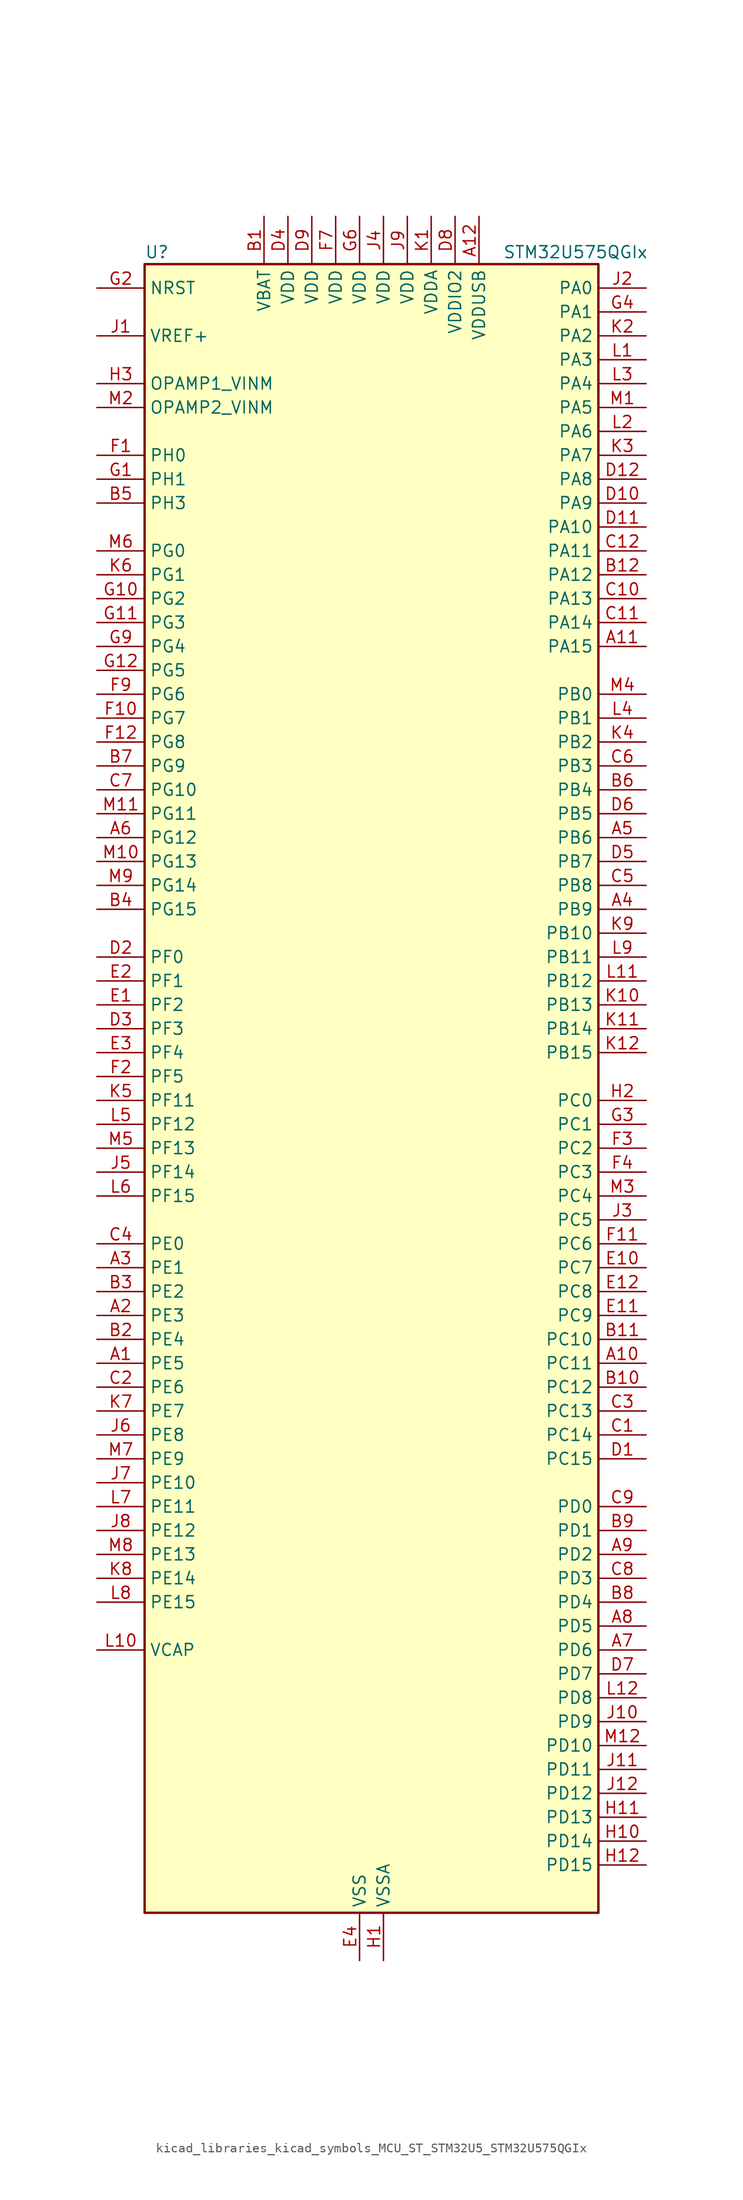
<source format=kicad_sym>
(kicad_symbol_lib
  (version 20220914)
  (generator kicad_symbol_editor)
  (symbol "kicad_libraries_kicad_symbols_MCU_ST_STM32U5_STM32U575QGIx"
    (property "Reference" "U"
      (at -22.86 90.17 0)
      (effects (font (size 1.27 1.27)) (justify left)))
    (property "Value" "STM32U575QGIx"
      (at 15.24 90.17 0)
      (effects (font (size 1.27 1.27)) (justify left)))
    (property "ki_locked" ""
      (at 0 0 0)
      (effects (font (size 1.27 1.27))))
    (symbol "kicad_libraries_kicad_symbols_MCU_ST_STM32U5_STM32U575QGIx_0_1"
      (rectangle (start -22.86 -86.36) (end 25.4 88.9) (stroke (width 0.254) (type default)) (fill (type background))))
    (symbol "kicad_libraries_kicad_symbols_MCU_ST_STM32U5_STM32U575QGIx_1_1"
      (pin bidirectional line (at -27.94 -27.94 0) (length 5.08) (name "PE5" (effects (font (size 1.27 1.27)))) (number "A1" (effects (font (size 1.27 1.27)))) (alternate "DCMI_D6" bidirectional line) (alternate "DEBUG_TRACED2" bidirectional line) (alternate "FMC_A21" bidirectional line) (alternate "MDF1_CKI3" bidirectional line) (alternate "PSSI_D6" bidirectional line) (alternate "PWR_WKUP2" bidirectional line) (alternate "SAI1_CK2" bidirectional line) (alternate "SAI1_SCK_A" bidirectional line) (alternate "TAMP_IN8" bidirectional line) (alternate "TAMP_OUT7" bidirectional line) (alternate "TIM3_CH3" bidirectional line) (alternate "TSC_G7_IO4" bidirectional line))
      (pin bidirectional line (at 30.48 -27.94 180) (length 5.08) (name "PC11" (effects (font (size 1.27 1.27)))) (number "A10" (effects (font (size 1.27 1.27)))) (alternate "ADC1_EXTI11" bidirectional line) (alternate "ADF1_SDI0" bidirectional line) (alternate "DCMI_D2" bidirectional line) (alternate "DCMI_D4" bidirectional line) (alternate "LPTIM3_IN1" bidirectional line) (alternate "OCTOSPIM_P1_NCS" bidirectional line) (alternate "PSSI_D2" bidirectional line) (alternate "PSSI_D4" bidirectional line) (alternate "SAI2_MCLK_B" bidirectional line) (alternate "SDMMC1_D3" bidirectional line) (alternate "SPI3_MISO" bidirectional line) (alternate "TSC_G3_IO3" bidirectional line) (alternate "UART4_RX" bidirectional line) (alternate "UCPD1_FRSTX2" bidirectional line) (alternate "USART3_RX" bidirectional line))
      (pin bidirectional line (at 30.48 48.26 180) (length 5.08) (name "PA15" (effects (font (size 1.27 1.27)))) (number "A11" (effects (font (size 1.27 1.27)))) (alternate "ADC1_EXTI15" bidirectional line) (alternate "ADC4_EXTI15" bidirectional line) (alternate "DEBUG_JTDI" bidirectional line) (alternate "SAI2_FS_B" bidirectional line) (alternate "SPI1_NSS" bidirectional line) (alternate "SPI3_NSS" bidirectional line) (alternate "TIM2_CH1" bidirectional line) (alternate "TIM2_ETR" bidirectional line) (alternate "UART4_DE" bidirectional line) (alternate "UART4_RTS" bidirectional line) (alternate "UCPD1_CC1" bidirectional line) (alternate "USART2_RX" bidirectional line) (alternate "USART3_DE" bidirectional line) (alternate "USART3_RTS" bidirectional line))
      (pin power_in line (at 12.7 93.98 270) (length 5.08) (name "VDDUSB" (effects (font (size 1.27 1.27)))) (number "A12" (effects (font (size 1.27 1.27)))))
      (pin bidirectional line (at -27.94 -22.86 0) (length 5.08) (name "PE3" (effects (font (size 1.27 1.27)))) (number "A2" (effects (font (size 1.27 1.27)))) (alternate "DEBUG_TRACED0" bidirectional line) (alternate "FMC_A19" bidirectional line) (alternate "OCTOSPIM_P1_DQS" bidirectional line) (alternate "SAI1_SD_B" bidirectional line) (alternate "TAMP_IN6" bidirectional line) (alternate "TAMP_OUT3" bidirectional line) (alternate "TIM3_CH1" bidirectional line) (alternate "TSC_G7_IO2" bidirectional line))
      (pin bidirectional line (at -27.94 -17.78 0) (length 5.08) (name "PE1" (effects (font (size 1.27 1.27)))) (number "A3" (effects (font (size 1.27 1.27)))) (alternate "DCMI_D3" bidirectional line) (alternate "FMC_NBL1" bidirectional line) (alternate "PSSI_D3" bidirectional line) (alternate "TIM17_CH1" bidirectional line))
      (pin bidirectional line (at 30.48 20.32 180) (length 5.08) (name "PB9" (effects (font (size 1.27 1.27)))) (number "A4" (effects (font (size 1.27 1.27)))) (alternate "DAC1_EXTI9" bidirectional line) (alternate "DCMI_D7" bidirectional line) (alternate "FDCAN1_TX" bidirectional line) (alternate "I2C1_SDA" bidirectional line) (alternate "IR_OUT" bidirectional line) (alternate "PSSI_D7" bidirectional line) (alternate "SAI1_D2" bidirectional line) (alternate "SAI1_FS_A" bidirectional line) (alternate "SDMMC1_CDIR" bidirectional line) (alternate "SDMMC1_D5" bidirectional line) (alternate "SDMMC2_D5" bidirectional line) (alternate "SPI2_NSS" bidirectional line) (alternate "TIM17_CH1" bidirectional line) (alternate "TIM4_CH4" bidirectional line))
      (pin bidirectional line (at 30.48 27.94 180) (length 5.08) (name "PB6" (effects (font (size 1.27 1.27)))) (number "A5" (effects (font (size 1.27 1.27)))) (alternate "COMP2_INP" bidirectional line) (alternate "DCMI_D5" bidirectional line) (alternate "I2C1_SCL" bidirectional line) (alternate "I2C4_SCL" bidirectional line) (alternate "LPTIM1_ETR" bidirectional line) (alternate "MDF1_SDI5" bidirectional line) (alternate "PSSI_D5" bidirectional line) (alternate "PWR_WKUP3" bidirectional line) (alternate "SAI1_FS_B" bidirectional line) (alternate "TIM16_CH1N" bidirectional line) (alternate "TIM4_CH1" bidirectional line) (alternate "TIM8_BKIN2" bidirectional line) (alternate "TSC_G2_IO3" bidirectional line) (alternate "USART1_TX" bidirectional line))
      (pin bidirectional line (at -27.94 27.94 0) (length 5.08) (name "PG12" (effects (font (size 1.27 1.27)))) (number "A6" (effects (font (size 1.27 1.27)))) (alternate "FMC_NE4" bidirectional line) (alternate "LPTIM1_ETR" bidirectional line) (alternate "OCTOSPIM_P2_NCS" bidirectional line) (alternate "SAI2_SD_A" bidirectional line) (alternate "SPI3_NSS" bidirectional line) (alternate "USART1_DE" bidirectional line) (alternate "USART1_RTS" bidirectional line))
      (pin bidirectional line (at 30.48 -58.42 180) (length 5.08) (name "PD6" (effects (font (size 1.27 1.27)))) (number "A7" (effects (font (size 1.27 1.27)))) (alternate "DCMI_D10" bidirectional line) (alternate "FMC_NWAIT" bidirectional line) (alternate "MDF1_SDI1" bidirectional line) (alternate "OCTOSPIM_P1_IO6" bidirectional line) (alternate "PSSI_D10" bidirectional line) (alternate "SAI1_D1" bidirectional line) (alternate "SAI1_SD_A" bidirectional line) (alternate "SDMMC2_CK" bidirectional line) (alternate "SPI3_MOSI" bidirectional line) (alternate "USART2_RX" bidirectional line))
      (pin bidirectional line (at 30.48 -55.88 180) (length 5.08) (name "PD5" (effects (font (size 1.27 1.27)))) (number "A8" (effects (font (size 1.27 1.27)))) (alternate "FMC_NWE" bidirectional line) (alternate "OCTOSPIM_P1_IO5" bidirectional line) (alternate "SPI2_RDY" bidirectional line) (alternate "USART2_TX" bidirectional line))
      (pin bidirectional line (at 30.48 -48.26 180) (length 5.08) (name "PD2" (effects (font (size 1.27 1.27)))) (number "A9" (effects (font (size 1.27 1.27)))) (alternate "DCMI_D11" bidirectional line) (alternate "DEBUG_TRACED2" bidirectional line) (alternate "LPTIM4_ETR" bidirectional line) (alternate "PSSI_D11" bidirectional line) (alternate "SDMMC1_CMD" bidirectional line) (alternate "TIM3_ETR" bidirectional line) (alternate "TSC_SYNC" bidirectional line) (alternate "UART5_RX" bidirectional line) (alternate "USART3_DE" bidirectional line) (alternate "USART3_RTS" bidirectional line))
      (pin power_in line (at -10.16 93.98 270) (length 5.08) (name "VBAT" (effects (font (size 1.27 1.27)))) (number "B1" (effects (font (size 1.27 1.27)))))
      (pin bidirectional line (at 30.48 -30.48 180) (length 5.08) (name "PC12" (effects (font (size 1.27 1.27)))) (number "B10" (effects (font (size 1.27 1.27)))) (alternate "DCMI_D9" bidirectional line) (alternate "DEBUG_TRACED3" bidirectional line) (alternate "PSSI_D9" bidirectional line) (alternate "SAI2_SD_B" bidirectional line) (alternate "SDMMC1_CK" bidirectional line) (alternate "SPI3_MOSI" bidirectional line) (alternate "TSC_G3_IO4" bidirectional line) (alternate "UART5_TX" bidirectional line) (alternate "USART3_CK" bidirectional line))
      (pin bidirectional line (at 30.48 -25.4 180) (length 5.08) (name "PC10" (effects (font (size 1.27 1.27)))) (number "B11" (effects (font (size 1.27 1.27)))) (alternate "ADF1_CCK1" bidirectional line) (alternate "DCMI_D8" bidirectional line) (alternate "DEBUG_TRACED1" bidirectional line) (alternate "LPTIM3_ETR" bidirectional line) (alternate "PSSI_D8" bidirectional line) (alternate "SAI2_SCK_B" bidirectional line) (alternate "SDMMC1_D2" bidirectional line) (alternate "SPI3_SCK" bidirectional line) (alternate "TSC_G3_IO2" bidirectional line) (alternate "UART4_TX" bidirectional line) (alternate "USART3_TX" bidirectional line))
      (pin bidirectional line (at 30.48 55.88 180) (length 5.08) (name "PA12" (effects (font (size 1.27 1.27)))) (number "B12" (effects (font (size 1.27 1.27)))) (alternate "FDCAN1_TX" bidirectional line) (alternate "OCTOSPIM_P2_NCS" bidirectional line) (alternate "SPI1_MOSI" bidirectional line) (alternate "TIM1_ETR" bidirectional line) (alternate "USART1_DE" bidirectional line) (alternate "USART1_RTS" bidirectional line) (alternate "USB_OTG_FS_DP" bidirectional line))
      (pin bidirectional line (at -27.94 -25.4 0) (length 5.08) (name "PE4" (effects (font (size 1.27 1.27)))) (number "B2" (effects (font (size 1.27 1.27)))) (alternate "DCMI_D4" bidirectional line) (alternate "DEBUG_TRACED1" bidirectional line) (alternate "FMC_A20" bidirectional line) (alternate "MDF1_SDI3" bidirectional line) (alternate "PSSI_D4" bidirectional line) (alternate "PWR_WKUP1" bidirectional line) (alternate "SAI1_D2" bidirectional line) (alternate "SAI1_FS_A" bidirectional line) (alternate "TAMP_IN7" bidirectional line) (alternate "TAMP_OUT8" bidirectional line) (alternate "TIM3_CH2" bidirectional line) (alternate "TSC_G7_IO3" bidirectional line))
      (pin bidirectional line (at -27.94 -20.32 0) (length 5.08) (name "PE2" (effects (font (size 1.27 1.27)))) (number "B3" (effects (font (size 1.27 1.27)))) (alternate "DEBUG_TRACECLK" bidirectional line) (alternate "FMC_A23" bidirectional line) (alternate "SAI1_CK1" bidirectional line) (alternate "SAI1_MCLK_A" bidirectional line) (alternate "TIM3_ETR" bidirectional line) (alternate "TSC_G7_IO1" bidirectional line))
      (pin bidirectional line (at -27.94 20.32 0) (length 5.08) (name "PG15" (effects (font (size 1.27 1.27)))) (number "B4" (effects (font (size 1.27 1.27)))) (alternate "ADC1_EXTI15" bidirectional line) (alternate "ADC4_EXTI15" bidirectional line) (alternate "DCMI_D13" bidirectional line) (alternate "I2C1_SMBA" bidirectional line) (alternate "LPTIM1_CH1" bidirectional line) (alternate "OCTOSPIM_P2_DQS" bidirectional line) (alternate "PSSI_D13" bidirectional line))
      (pin bidirectional line (at -27.94 63.5 0) (length 5.08) (name "PH3" (effects (font (size 1.27 1.27)))) (number "B5" (effects (font (size 1.27 1.27)))))
      (pin bidirectional line (at 30.48 33.02 180) (length 5.08) (name "PB4" (effects (font (size 1.27 1.27)))) (number "B6" (effects (font (size 1.27 1.27)))) (alternate "ADF1_SDI0" bidirectional line) (alternate "COMP2_INP" bidirectional line) (alternate "DCMI_D12" bidirectional line) (alternate "DEBUG_JTRST" bidirectional line) (alternate "I2C3_SDA" bidirectional line) (alternate "LPTIM1_CH2" bidirectional line) (alternate "PSSI_D12" bidirectional line) (alternate "SAI1_MCLK_B" bidirectional line) (alternate "SDMMC2_D3" bidirectional line) (alternate "SPI1_MISO" bidirectional line) (alternate "SPI3_MISO" bidirectional line) (alternate "TIM17_BKIN" bidirectional line) (alternate "TIM3_CH1" bidirectional line) (alternate "TSC_G2_IO1" bidirectional line) (alternate "UART5_DE" bidirectional line) (alternate "UART5_RTS" bidirectional line) (alternate "USART1_CTS" bidirectional line))
      (pin bidirectional line (at -27.94 35.56 0) (length 5.08) (name "PG9" (effects (font (size 1.27 1.27)))) (number "B7" (effects (font (size 1.27 1.27)))) (alternate "DAC1_EXTI9" bidirectional line) (alternate "FMC_NCE" bidirectional line) (alternate "FMC_NE2" bidirectional line) (alternate "OCTOSPIM_P2_IO6" bidirectional line) (alternate "SAI2_SCK_A" bidirectional line) (alternate "SPI3_SCK" bidirectional line) (alternate "TIM15_CH1N" bidirectional line) (alternate "USART1_TX" bidirectional line))
      (pin bidirectional line (at 30.48 -53.34 180) (length 5.08) (name "PD4" (effects (font (size 1.27 1.27)))) (number "B8" (effects (font (size 1.27 1.27)))) (alternate "FMC_NOE" bidirectional line) (alternate "MDF1_CKI0" bidirectional line) (alternate "OCTOSPIM_P1_IO4" bidirectional line) (alternate "SPI2_MOSI" bidirectional line) (alternate "USART2_DE" bidirectional line) (alternate "USART2_RTS" bidirectional line))
      (pin bidirectional line (at 30.48 -45.72 180) (length 5.08) (name "PD1" (effects (font (size 1.27 1.27)))) (number "B9" (effects (font (size 1.27 1.27)))) (alternate "FDCAN1_TX" bidirectional line) (alternate "FMC_D3" bidirectional line) (alternate "FMC_DA3" bidirectional line) (alternate "SPI2_SCK" bidirectional line))
      (pin bidirectional line (at 30.48 -35.56 180) (length 5.08) (name "PC14" (effects (font (size 1.27 1.27)))) (number "C1" (effects (font (size 1.27 1.27)))) (alternate "RCC_OSC32_IN" bidirectional line))
      (pin bidirectional line (at 30.48 53.34 180) (length 5.08) (name "PA13" (effects (font (size 1.27 1.27)))) (number "C10" (effects (font (size 1.27 1.27)))) (alternate "DEBUG_JTMS-SWDIO" bidirectional line) (alternate "IR_OUT" bidirectional line) (alternate "SAI1_SD_B" bidirectional line) (alternate "USB_OTG_FS_NOE" bidirectional line))
      (pin bidirectional line (at 30.48 50.8 180) (length 5.08) (name "PA14" (effects (font (size 1.27 1.27)))) (number "C11" (effects (font (size 1.27 1.27)))) (alternate "DEBUG_JTCK-SWCLK" bidirectional line) (alternate "I2C1_SMBA" bidirectional line) (alternate "I2C4_SMBA" bidirectional line) (alternate "LPTIM1_CH1" bidirectional line) (alternate "SAI1_FS_B" bidirectional line) (alternate "USB_OTG_FS_SOF" bidirectional line))
      (pin bidirectional line (at 30.48 58.42 180) (length 5.08) (name "PA11" (effects (font (size 1.27 1.27)))) (number "C12" (effects (font (size 1.27 1.27)))) (alternate "ADC1_EXTI11" bidirectional line) (alternate "FDCAN1_RX" bidirectional line) (alternate "SPI1_MISO" bidirectional line) (alternate "TIM1_BKIN2" bidirectional line) (alternate "TIM1_CH4" bidirectional line) (alternate "USART1_CTS" bidirectional line) (alternate "USB_OTG_FS_DM" bidirectional line))
      (pin bidirectional line (at -27.94 -30.48 0) (length 5.08) (name "PE6" (effects (font (size 1.27 1.27)))) (number "C2" (effects (font (size 1.27 1.27)))) (alternate "DCMI_D7" bidirectional line) (alternate "DEBUG_TRACED3" bidirectional line) (alternate "FMC_A22" bidirectional line) (alternate "PSSI_D7" bidirectional line) (alternate "PWR_WKUP3" bidirectional line) (alternate "SAI1_D1" bidirectional line) (alternate "SAI1_SD_A" bidirectional line) (alternate "TAMP_IN3" bidirectional line) (alternate "TAMP_OUT6" bidirectional line) (alternate "TIM3_CH4" bidirectional line))
      (pin bidirectional line (at 30.48 -33.02 180) (length 5.08) (name "PC13" (effects (font (size 1.27 1.27)))) (number "C3" (effects (font (size 1.27 1.27)))) (alternate "PWR_WKUP2" bidirectional line) (alternate "RTC_OUT1" bidirectional line) (alternate "RTC_TS" bidirectional line) (alternate "TAMP_IN1" bidirectional line) (alternate "TAMP_OUT2" bidirectional line))
      (pin bidirectional line (at -27.94 -15.24 0) (length 5.08) (name "PE0" (effects (font (size 1.27 1.27)))) (number "C4" (effects (font (size 1.27 1.27)))) (alternate "DCMI_D2" bidirectional line) (alternate "FMC_NBL0" bidirectional line) (alternate "PSSI_D2" bidirectional line) (alternate "TIM16_CH1" bidirectional line) (alternate "TIM4_ETR" bidirectional line))
      (pin bidirectional line (at 30.48 22.86 180) (length 5.08) (name "PB8" (effects (font (size 1.27 1.27)))) (number "C5" (effects (font (size 1.27 1.27)))) (alternate "DCMI_D6" bidirectional line) (alternate "FDCAN1_RX" bidirectional line) (alternate "I2C1_SCL" bidirectional line) (alternate "MDF1_CCK0" bidirectional line) (alternate "PSSI_D6" bidirectional line) (alternate "PWR_WKUP5" bidirectional line) (alternate "SAI1_CK1" bidirectional line) (alternate "SAI1_MCLK_A" bidirectional line) (alternate "SDMMC1_CKIN" bidirectional line) (alternate "SDMMC1_D4" bidirectional line) (alternate "SDMMC2_D4" bidirectional line) (alternate "SPI3_RDY" bidirectional line) (alternate "TIM16_CH1" bidirectional line) (alternate "TIM4_CH3" bidirectional line))
      (pin bidirectional line (at 30.48 35.56 180) (length 5.08) (name "PB3" (effects (font (size 1.27 1.27)))) (number "C6" (effects (font (size 1.27 1.27)))) (alternate "ADF1_CCK0" bidirectional line) (alternate "COMP2_INM" bidirectional line) (alternate "CRS_SYNC" bidirectional line) (alternate "DEBUG_JTDO-SWO" bidirectional line) (alternate "I2C1_SDA" bidirectional line) (alternate "LPTIM1_CH1" bidirectional line) (alternate "SAI1_SCK_B" bidirectional line) (alternate "SDMMC2_D2" bidirectional line) (alternate "SPI1_SCK" bidirectional line) (alternate "SPI3_SCK" bidirectional line) (alternate "TIM2_CH2" bidirectional line) (alternate "USART1_DE" bidirectional line) (alternate "USART1_RTS" bidirectional line))
      (pin bidirectional line (at -27.94 33.02 0) (length 5.08) (name "PG10" (effects (font (size 1.27 1.27)))) (number "C7" (effects (font (size 1.27 1.27)))) (alternate "FMC_NE3" bidirectional line) (alternate "LPTIM1_IN1" bidirectional line) (alternate "OCTOSPIM_P2_IO7" bidirectional line) (alternate "SAI2_FS_A" bidirectional line) (alternate "SPI3_MISO" bidirectional line) (alternate "TIM15_CH1" bidirectional line) (alternate "USART1_RX" bidirectional line))
      (pin bidirectional line (at 30.48 -50.8 180) (length 5.08) (name "PD3" (effects (font (size 1.27 1.27)))) (number "C8" (effects (font (size 1.27 1.27)))) (alternate "DCMI_D5" bidirectional line) (alternate "FMC_CLK" bidirectional line) (alternate "MDF1_SDI0" bidirectional line) (alternate "OCTOSPIM_P2_NCS" bidirectional line) (alternate "PSSI_D5" bidirectional line) (alternate "SPI2_MISO" bidirectional line) (alternate "SPI2_SCK" bidirectional line) (alternate "USART2_CTS" bidirectional line))
      (pin bidirectional line (at 30.48 -43.18 180) (length 5.08) (name "PD0" (effects (font (size 1.27 1.27)))) (number "C9" (effects (font (size 1.27 1.27)))) (alternate "FDCAN1_RX" bidirectional line) (alternate "FMC_D2" bidirectional line) (alternate "FMC_DA2" bidirectional line) (alternate "SPI2_NSS" bidirectional line) (alternate "TIM8_CH4N" bidirectional line))
      (pin bidirectional line (at 30.48 -38.1 180) (length 5.08) (name "PC15" (effects (font (size 1.27 1.27)))) (number "D1" (effects (font (size 1.27 1.27)))) (alternate "ADC1_EXTI15" bidirectional line) (alternate "ADC4_EXTI15" bidirectional line) (alternate "RCC_OSC32_OUT" bidirectional line))
      (pin bidirectional line (at 30.48 63.5 180) (length 5.08) (name "PA9" (effects (font (size 1.27 1.27)))) (number "D10" (effects (font (size 1.27 1.27)))) (alternate "DAC1_EXTI9" bidirectional line) (alternate "DCMI_D0" bidirectional line) (alternate "PSSI_D0" bidirectional line) (alternate "SAI1_FS_A" bidirectional line) (alternate "SPI2_SCK" bidirectional line) (alternate "TIM15_BKIN" bidirectional line) (alternate "TIM1_CH2" bidirectional line) (alternate "USART1_TX" bidirectional line) (alternate "USB_OTG_FS_VBUS" bidirectional line))
      (pin bidirectional line (at 30.48 60.96 180) (length 5.08) (name "PA10" (effects (font (size 1.27 1.27)))) (number "D11" (effects (font (size 1.27 1.27)))) (alternate "CRS_SYNC" bidirectional line) (alternate "DCMI_D1" bidirectional line) (alternate "LPTIM2_IN2" bidirectional line) (alternate "PSSI_D1" bidirectional line) (alternate "SAI1_D1" bidirectional line) (alternate "SAI1_SD_A" bidirectional line) (alternate "TIM17_BKIN" bidirectional line) (alternate "TIM1_CH3" bidirectional line) (alternate "USART1_RX" bidirectional line) (alternate "USB_OTG_FS_ID" bidirectional line))
      (pin bidirectional line (at 30.48 66.04 180) (length 5.08) (name "PA8" (effects (font (size 1.27 1.27)))) (number "D12" (effects (font (size 1.27 1.27)))) (alternate "DEBUG_TRACECLK" bidirectional line) (alternate "LPTIM2_CH1" bidirectional line) (alternate "RCC_MCO" bidirectional line) (alternate "SAI1_CK2" bidirectional line) (alternate "SAI1_SCK_A" bidirectional line) (alternate "SPI1_RDY" bidirectional line) (alternate "TIM1_CH1" bidirectional line) (alternate "USART1_CK" bidirectional line) (alternate "USB_OTG_FS_SOF" bidirectional line))
      (pin bidirectional line (at -27.94 15.24 0) (length 5.08) (name "PF0" (effects (font (size 1.27 1.27)))) (number "D2" (effects (font (size 1.27 1.27)))) (alternate "FMC_A0" bidirectional line) (alternate "I2C2_SDA" bidirectional line) (alternate "OCTOSPIM_P2_IO0" bidirectional line))
      (pin bidirectional line (at -27.94 7.62 0) (length 5.08) (name "PF3" (effects (font (size 1.27 1.27)))) (number "D3" (effects (font (size 1.27 1.27)))) (alternate "FMC_A3" bidirectional line) (alternate "LPTIM3_IN1" bidirectional line) (alternate "OCTOSPIM_P2_IO3" bidirectional line))
      (pin power_in line (at -7.62 93.98 270) (length 5.08) (name "VDD" (effects (font (size 1.27 1.27)))) (number "D4" (effects (font (size 1.27 1.27)))))
      (pin bidirectional line (at 30.48 25.4 180) (length 5.08) (name "PB7" (effects (font (size 1.27 1.27)))) (number "D5" (effects (font (size 1.27 1.27)))) (alternate "COMP2_INM" bidirectional line) (alternate "DCMI_VSYNC" bidirectional line) (alternate "FMC_NL" bidirectional line) (alternate "I2C1_SDA" bidirectional line) (alternate "I2C4_SDA" bidirectional line) (alternate "LPTIM1_IN2" bidirectional line) (alternate "MDF1_CKI5" bidirectional line) (alternate "PSSI_RDY" bidirectional line) (alternate "PWR_PVD_IN" bidirectional line) (alternate "PWR_WKUP4" bidirectional line) (alternate "TIM17_CH1N" bidirectional line) (alternate "TIM4_CH2" bidirectional line) (alternate "TIM8_BKIN" bidirectional line) (alternate "TSC_G2_IO4" bidirectional line) (alternate "UART4_CTS" bidirectional line) (alternate "USART1_RX" bidirectional line))
      (pin bidirectional line (at 30.48 30.48 180) (length 5.08) (name "PB5" (effects (font (size 1.27 1.27)))) (number "D6" (effects (font (size 1.27 1.27)))) (alternate "COMP2_OUT" bidirectional line) (alternate "DCMI_D10" bidirectional line) (alternate "I2C1_SMBA" bidirectional line) (alternate "LPTIM1_IN1" bidirectional line) (alternate "OCTOSPIM_P1_NCLK" bidirectional line) (alternate "PSSI_D10" bidirectional line) (alternate "PWR_WKUP6" bidirectional line) (alternate "SAI1_SD_B" bidirectional line) (alternate "SPI1_MOSI" bidirectional line) (alternate "SPI3_MOSI" bidirectional line) (alternate "TIM16_BKIN" bidirectional line) (alternate "TIM3_CH2" bidirectional line) (alternate "TSC_G2_IO2" bidirectional line) (alternate "UART5_CTS" bidirectional line) (alternate "UCPD1_DBCC1" bidirectional line) (alternate "USART1_CK" bidirectional line))
      (pin bidirectional line (at 30.48 -60.96 180) (length 5.08) (name "PD7" (effects (font (size 1.27 1.27)))) (number "D7" (effects (font (size 1.27 1.27)))) (alternate "FMC_NCE" bidirectional line) (alternate "FMC_NE1" bidirectional line) (alternate "LPTIM4_OUT" bidirectional line) (alternate "MDF1_CKI1" bidirectional line) (alternate "OCTOSPIM_P1_IO7" bidirectional line) (alternate "SDMMC2_CMD" bidirectional line) (alternate "USART2_CK" bidirectional line))
      (pin power_in line (at 10.16 93.98 270) (length 5.08) (name "VDDIO2" (effects (font (size 1.27 1.27)))) (number "D8" (effects (font (size 1.27 1.27)))))
      (pin power_in line (at -5.08 93.98 270) (length 5.08) (name "VDD" (effects (font (size 1.27 1.27)))) (number "D9" (effects (font (size 1.27 1.27)))))
      (pin bidirectional line (at -27.94 10.16 0) (length 5.08) (name "PF2" (effects (font (size 1.27 1.27)))) (number "E1" (effects (font (size 1.27 1.27)))) (alternate "FMC_A2" bidirectional line) (alternate "I2C2_SMBA" bidirectional line) (alternate "LPTIM3_CH2" bidirectional line) (alternate "OCTOSPIM_P2_IO2" bidirectional line) (alternate "PWR_WKUP8" bidirectional line))
      (pin bidirectional line (at 30.48 -17.78 180) (length 5.08) (name "PC7" (effects (font (size 1.27 1.27)))) (number "E10" (effects (font (size 1.27 1.27)))) (alternate "DCMI_D1" bidirectional line) (alternate "LPTIM2_CH2" bidirectional line) (alternate "MDF1_SDI3" bidirectional line) (alternate "PSSI_D1" bidirectional line) (alternate "PWR_CDSTOP" bidirectional line) (alternate "SAI2_MCLK_B" bidirectional line) (alternate "SDMMC1_D123DIR" bidirectional line) (alternate "SDMMC1_D7" bidirectional line) (alternate "SDMMC2_D7" bidirectional line) (alternate "TIM3_CH2" bidirectional line) (alternate "TIM8_CH2" bidirectional line) (alternate "TSC_G4_IO2" bidirectional line))
      (pin bidirectional line (at 30.48 -22.86 180) (length 5.08) (name "PC9" (effects (font (size 1.27 1.27)))) (number "E11" (effects (font (size 1.27 1.27)))) (alternate "DAC1_EXTI9" bidirectional line) (alternate "DCMI_D3" bidirectional line) (alternate "DEBUG_TRACED0" bidirectional line) (alternate "LPTIM3_CH2" bidirectional line) (alternate "PSSI_D3" bidirectional line) (alternate "SDMMC1_D1" bidirectional line) (alternate "TIM3_CH4" bidirectional line) (alternate "TIM8_BKIN2" bidirectional line) (alternate "TIM8_CH4" bidirectional line) (alternate "TSC_G4_IO4" bidirectional line) (alternate "USB_OTG_FS_NOE" bidirectional line))
      (pin bidirectional line (at 30.48 -20.32 180) (length 5.08) (name "PC8" (effects (font (size 1.27 1.27)))) (number "E12" (effects (font (size 1.27 1.27)))) (alternate "DCMI_D2" bidirectional line) (alternate "LPTIM3_CH1" bidirectional line) (alternate "PSSI_D2" bidirectional line) (alternate "PWR_SRDSTOP" bidirectional line) (alternate "SDMMC1_D0" bidirectional line) (alternate "TIM3_CH3" bidirectional line) (alternate "TIM8_CH3" bidirectional line) (alternate "TSC_G4_IO3" bidirectional line))
      (pin bidirectional line (at -27.94 12.7 0) (length 5.08) (name "PF1" (effects (font (size 1.27 1.27)))) (number "E2" (effects (font (size 1.27 1.27)))) (alternate "FMC_A1" bidirectional line) (alternate "I2C2_SCL" bidirectional line) (alternate "OCTOSPIM_P2_IO1" bidirectional line))
      (pin bidirectional line (at -27.94 5.08 0) (length 5.08) (name "PF4" (effects (font (size 1.27 1.27)))) (number "E3" (effects (font (size 1.27 1.27)))) (alternate "FMC_A4" bidirectional line) (alternate "LPTIM3_ETR" bidirectional line) (alternate "OCTOSPIM_P2_CLK" bidirectional line))
      (pin power_in line (at 0 -91.44 90) (length 5.08) (name "VSS" (effects (font (size 1.27 1.27)))) (number "E4" (effects (font (size 1.27 1.27)))))
      (pin passive line (at 0 -91.44 90) (length 5.08) hide (name "VSS" (effects (font (size 1.27 1.27)))) (number "E9" (effects (font (size 1.27 1.27)))))
      (pin bidirectional line (at -27.94 68.58 0) (length 5.08) (name "PH0" (effects (font (size 1.27 1.27)))) (number "F1" (effects (font (size 1.27 1.27)))) (alternate "RCC_OSC_IN" bidirectional line))
      (pin bidirectional line (at -27.94 40.64 0) (length 5.08) (name "PG7" (effects (font (size 1.27 1.27)))) (number "F10" (effects (font (size 1.27 1.27)))) (alternate "FMC_INT" bidirectional line) (alternate "I2C3_SCL" bidirectional line) (alternate "LPUART1_TX" bidirectional line) (alternate "MDF1_CCK0" bidirectional line) (alternate "OCTOSPIM_P2_DQS" bidirectional line) (alternate "SAI1_CK1" bidirectional line) (alternate "SAI1_MCLK_A" bidirectional line) (alternate "UCPD1_FRSTX2" bidirectional line))
      (pin bidirectional line (at 30.48 -15.24 180) (length 5.08) (name "PC6" (effects (font (size 1.27 1.27)))) (number "F11" (effects (font (size 1.27 1.27)))) (alternate "DCMI_D0" bidirectional line) (alternate "MDF1_CKI3" bidirectional line) (alternate "PSSI_D0" bidirectional line) (alternate "PWR_CSLEEP" bidirectional line) (alternate "SAI2_MCLK_A" bidirectional line) (alternate "SDMMC1_D0DIR" bidirectional line) (alternate "SDMMC1_D6" bidirectional line) (alternate "SDMMC2_D6" bidirectional line) (alternate "TIM3_CH1" bidirectional line) (alternate "TIM8_CH1" bidirectional line) (alternate "TSC_G4_IO1" bidirectional line))
      (pin bidirectional line (at -27.94 38.1 0) (length 5.08) (name "PG8" (effects (font (size 1.27 1.27)))) (number "F12" (effects (font (size 1.27 1.27)))) (alternate "I2C3_SDA" bidirectional line) (alternate "LPUART1_RX" bidirectional line))
      (pin bidirectional line (at -27.94 2.54 0) (length 5.08) (name "PF5" (effects (font (size 1.27 1.27)))) (number "F2" (effects (font (size 1.27 1.27)))) (alternate "FMC_A5" bidirectional line) (alternate "LPTIM3_CH1" bidirectional line) (alternate "OCTOSPIM_P2_NCLK" bidirectional line))
      (pin bidirectional line (at 30.48 -5.08 180) (length 5.08) (name "PC2" (effects (font (size 1.27 1.27)))) (number "F3" (effects (font (size 1.27 1.27)))) (alternate "ADC1_IN3" bidirectional line) (alternate "ADC4_IN3" bidirectional line) (alternate "LPTIM1_IN2" bidirectional line) (alternate "MDF1_CCK1" bidirectional line) (alternate "OCTOSPIM_P1_IO5" bidirectional line) (alternate "SPI2_MISO" bidirectional line))
      (pin bidirectional line (at 30.48 -7.62 180) (length 5.08) (name "PC3" (effects (font (size 1.27 1.27)))) (number "F4" (effects (font (size 1.27 1.27)))) (alternate "ADC1_IN4" bidirectional line) (alternate "ADC4_IN4" bidirectional line) (alternate "LPTIM1_ETR" bidirectional line) (alternate "LPTIM2_ETR" bidirectional line) (alternate "LPTIM3_CH1" bidirectional line) (alternate "OCTOSPIM_P1_IO6" bidirectional line) (alternate "SAI1_D1" bidirectional line) (alternate "SAI1_SD_A" bidirectional line) (alternate "SPI2_MOSI" bidirectional line))
      (pin passive line (at 0 -91.44 90) (length 5.08) hide (name "VSS" (effects (font (size 1.27 1.27)))) (number "F6" (effects (font (size 1.27 1.27)))))
      (pin power_in line (at -2.54 93.98 270) (length 5.08) (name "VDD" (effects (font (size 1.27 1.27)))) (number "F7" (effects (font (size 1.27 1.27)))))
      (pin bidirectional line (at -27.94 43.18 0) (length 5.08) (name "PG6" (effects (font (size 1.27 1.27)))) (number "F9" (effects (font (size 1.27 1.27)))) (alternate "I2C3_SMBA" bidirectional line) (alternate "LPUART1_DE" bidirectional line) (alternate "LPUART1_RTS" bidirectional line) (alternate "OCTOSPIM_P1_DQS" bidirectional line) (alternate "SPI1_RDY" bidirectional line) (alternate "UCPD1_FRSTX1" bidirectional line))
      (pin bidirectional line (at -27.94 66.04 0) (length 5.08) (name "PH1" (effects (font (size 1.27 1.27)))) (number "G1" (effects (font (size 1.27 1.27)))) (alternate "RCC_OSC_OUT" bidirectional line))
      (pin bidirectional line (at -27.94 53.34 0) (length 5.08) (name "PG2" (effects (font (size 1.27 1.27)))) (number "G10" (effects (font (size 1.27 1.27)))) (alternate "FMC_A12" bidirectional line) (alternate "SAI2_SCK_B" bidirectional line) (alternate "SPI1_SCK" bidirectional line))
      (pin bidirectional line (at -27.94 50.8 0) (length 5.08) (name "PG3" (effects (font (size 1.27 1.27)))) (number "G11" (effects (font (size 1.27 1.27)))) (alternate "FMC_A13" bidirectional line) (alternate "SAI2_FS_B" bidirectional line) (alternate "SPI1_MISO" bidirectional line))
      (pin bidirectional line (at -27.94 45.72 0) (length 5.08) (name "PG5" (effects (font (size 1.27 1.27)))) (number "G12" (effects (font (size 1.27 1.27)))) (alternate "FMC_A15" bidirectional line) (alternate "LPUART1_CTS" bidirectional line) (alternate "SAI2_SD_B" bidirectional line) (alternate "SPI1_NSS" bidirectional line))
      (pin input line (at -27.94 86.36 0) (length 5.08) (name "NRST" (effects (font (size 1.27 1.27)))) (number "G2" (effects (font (size 1.27 1.27)))))
      (pin bidirectional line (at 30.48 -2.54 180) (length 5.08) (name "PC1" (effects (font (size 1.27 1.27)))) (number "G3" (effects (font (size 1.27 1.27)))) (alternate "ADC1_IN2" bidirectional line) (alternate "ADC4_IN2" bidirectional line) (alternate "DEBUG_TRACED0" bidirectional line) (alternate "I2C3_SDA" bidirectional line) (alternate "LPTIM1_CH1" bidirectional line) (alternate "LPUART1_TX" bidirectional line) (alternate "MDF1_CKI4" bidirectional line) (alternate "OCTOSPIM_P1_IO4" bidirectional line) (alternate "SAI1_SD_A" bidirectional line) (alternate "SDMMC2_CK" bidirectional line) (alternate "SPI2_MOSI" bidirectional line))
      (pin bidirectional line (at 30.48 83.82 180) (length 5.08) (name "PA1" (effects (font (size 1.27 1.27)))) (number "G4" (effects (font (size 1.27 1.27)))) (alternate "ADC1_IN6" bidirectional line) (alternate "I2C1_SMBA" bidirectional line) (alternate "LPTIM1_CH2" bidirectional line) (alternate "OCTOSPIM_P1_DQS" bidirectional line) (alternate "OPAMP1_VINM" bidirectional line) (alternate "PWR_WKUP3" bidirectional line) (alternate "SPI1_SCK" bidirectional line) (alternate "TAMP_IN5" bidirectional line) (alternate "TAMP_OUT4" bidirectional line) (alternate "TIM15_CH1N" bidirectional line) (alternate "TIM2_CH2" bidirectional line) (alternate "TIM5_CH2" bidirectional line) (alternate "UART4_RX" bidirectional line) (alternate "USART2_DE" bidirectional line) (alternate "USART2_RTS" bidirectional line))
      (pin power_in line (at 0 93.98 270) (length 5.08) (name "VDD" (effects (font (size 1.27 1.27)))) (number "G6" (effects (font (size 1.27 1.27)))))
      (pin passive line (at 0 -91.44 90) (length 5.08) hide (name "VSS" (effects (font (size 1.27 1.27)))) (number "G7" (effects (font (size 1.27 1.27)))))
      (pin bidirectional line (at -27.94 48.26 0) (length 5.08) (name "PG4" (effects (font (size 1.27 1.27)))) (number "G9" (effects (font (size 1.27 1.27)))) (alternate "FMC_A14" bidirectional line) (alternate "SAI2_MCLK_B" bidirectional line) (alternate "SPI1_MOSI" bidirectional line))
      (pin power_in line (at 2.54 -91.44 90) (length 5.08) (name "VSSA" (effects (font (size 1.27 1.27)))) (number "H1" (effects (font (size 1.27 1.27)))))
      (pin bidirectional line (at 30.48 -78.74 180) (length 5.08) (name "PD14" (effects (font (size 1.27 1.27)))) (number "H10" (effects (font (size 1.27 1.27)))) (alternate "FMC_D0" bidirectional line) (alternate "FMC_DA0" bidirectional line) (alternate "LPTIM3_CH1" bidirectional line) (alternate "TIM4_CH3" bidirectional line))
      (pin bidirectional line (at 30.48 -76.2 180) (length 5.08) (name "PD13" (effects (font (size 1.27 1.27)))) (number "H11" (effects (font (size 1.27 1.27)))) (alternate "ADC4_IN17" bidirectional line) (alternate "FMC_A18" bidirectional line) (alternate "I2C4_SDA" bidirectional line) (alternate "LPTIM2_CH1" bidirectional line) (alternate "LPTIM4_IN1" bidirectional line) (alternate "TIM4_CH2" bidirectional line) (alternate "TSC_G6_IO4" bidirectional line))
      (pin bidirectional line (at 30.48 -81.28 180) (length 5.08) (name "PD15" (effects (font (size 1.27 1.27)))) (number "H12" (effects (font (size 1.27 1.27)))) (alternate "ADC1_EXTI15" bidirectional line) (alternate "ADC4_EXTI15" bidirectional line) (alternate "FMC_D1" bidirectional line) (alternate "FMC_DA1" bidirectional line) (alternate "LPTIM3_CH2" bidirectional line) (alternate "TIM4_CH4" bidirectional line))
      (pin bidirectional line (at 30.48 0 180) (length 5.08) (name "PC0" (effects (font (size 1.27 1.27)))) (number "H2" (effects (font (size 1.27 1.27)))) (alternate "ADC1_IN1" bidirectional line) (alternate "ADC4_IN1" bidirectional line) (alternate "I2C3_SCL" bidirectional line) (alternate "LPTIM1_IN1" bidirectional line) (alternate "LPTIM2_IN1" bidirectional line) (alternate "LPUART1_RX" bidirectional line) (alternate "MDF1_SDI4" bidirectional line) (alternate "OCTOSPIM_P1_IO7" bidirectional line) (alternate "SAI2_FS_A" bidirectional line) (alternate "SDMMC1_D5" bidirectional line) (alternate "SPI2_RDY" bidirectional line))
      (pin bidirectional line (at -27.94 76.2 0) (length 5.08) (name "OPAMP1_VINM" (effects (font (size 1.27 1.27)))) (number "H3" (effects (font (size 1.27 1.27)))) (alternate "OPAMP1_VINM" bidirectional line))
      (pin passive line (at 0 -91.44 90) (length 5.08) hide (name "VSS" (effects (font (size 1.27 1.27)))) (number "H4" (effects (font (size 1.27 1.27)))))
      (pin passive line (at 0 -91.44 90) (length 5.08) hide (name "VSS" (effects (font (size 1.27 1.27)))) (number "H9" (effects (font (size 1.27 1.27)))))
      (pin input line (at -27.94 81.28 0) (length 5.08) (name "VREF+" (effects (font (size 1.27 1.27)))) (number "J1" (effects (font (size 1.27 1.27)))) (alternate "VREFBUF_OUT" bidirectional line))
      (pin bidirectional line (at 30.48 -66.04 180) (length 5.08) (name "PD9" (effects (font (size 1.27 1.27)))) (number "J10" (effects (font (size 1.27 1.27)))) (alternate "DAC1_EXTI9" bidirectional line) (alternate "DCMI_PIXCLK" bidirectional line) (alternate "FMC_D14" bidirectional line) (alternate "FMC_DA14" bidirectional line) (alternate "LPTIM2_IN2" bidirectional line) (alternate "LPTIM3_IN1" bidirectional line) (alternate "PSSI_PDCK" bidirectional line) (alternate "SAI2_MCLK_A" bidirectional line) (alternate "USART3_RX" bidirectional line))
      (pin bidirectional line (at 30.48 -71.12 180) (length 5.08) (name "PD11" (effects (font (size 1.27 1.27)))) (number "J11" (effects (font (size 1.27 1.27)))) (alternate "ADC1_EXTI11" bidirectional line) (alternate "ADC4_IN15" bidirectional line) (alternate "FMC_A16" bidirectional line) (alternate "FMC_CLE" bidirectional line) (alternate "I2C4_SMBA" bidirectional line) (alternate "LPTIM2_ETR" bidirectional line) (alternate "SAI2_SD_A" bidirectional line) (alternate "TSC_G6_IO2" bidirectional line) (alternate "USART3_CTS" bidirectional line))
      (pin bidirectional line (at 30.48 -73.66 180) (length 5.08) (name "PD12" (effects (font (size 1.27 1.27)))) (number "J12" (effects (font (size 1.27 1.27)))) (alternate "ADC4_IN16" bidirectional line) (alternate "FMC_A17" bidirectional line) (alternate "FMC_ALE" bidirectional line) (alternate "I2C4_SCL" bidirectional line) (alternate "LPTIM2_IN1" bidirectional line) (alternate "SAI2_FS_A" bidirectional line) (alternate "TIM4_CH1" bidirectional line) (alternate "TSC_G6_IO3" bidirectional line) (alternate "USART3_DE" bidirectional line) (alternate "USART3_RTS" bidirectional line))
      (pin bidirectional line (at 30.48 86.36 180) (length 5.08) (name "PA0" (effects (font (size 1.27 1.27)))) (number "J2" (effects (font (size 1.27 1.27)))) (alternate "ADC1_IN5" bidirectional line) (alternate "AUDIOCLK" bidirectional line) (alternate "OCTOSPIM_P2_NCS" bidirectional line) (alternate "OPAMP1_VINP" bidirectional line) (alternate "PWR_WKUP1" bidirectional line) (alternate "SDMMC2_CMD" bidirectional line) (alternate "SPI3_RDY" bidirectional line) (alternate "TAMP_IN2" bidirectional line) (alternate "TAMP_OUT1" bidirectional line) (alternate "TIM2_CH1" bidirectional line) (alternate "TIM2_ETR" bidirectional line) (alternate "TIM5_CH1" bidirectional line) (alternate "TIM8_ETR" bidirectional line) (alternate "UART4_TX" bidirectional line) (alternate "USART2_CTS" bidirectional line))
      (pin bidirectional line (at 30.48 -12.7 180) (length 5.08) (name "PC5" (effects (font (size 1.27 1.27)))) (number "J3" (effects (font (size 1.27 1.27)))) (alternate "ADC1_IN14" bidirectional line) (alternate "ADC4_IN23" bidirectional line) (alternate "COMP1_INP" bidirectional line) (alternate "PSSI_D15" bidirectional line) (alternate "PWR_WKUP5" bidirectional line) (alternate "SAI1_D3" bidirectional line) (alternate "TAMP_IN4" bidirectional line) (alternate "TAMP_OUT5" bidirectional line) (alternate "TIM1_CH4N" bidirectional line) (alternate "USART3_RX" bidirectional line))
      (pin power_in line (at 2.54 93.98 270) (length 5.08) (name "VDD" (effects (font (size 1.27 1.27)))) (number "J4" (effects (font (size 1.27 1.27)))))
      (pin bidirectional line (at -27.94 -7.62 0) (length 5.08) (name "PF14" (effects (font (size 1.27 1.27)))) (number "J5" (effects (font (size 1.27 1.27)))) (alternate "ADC4_IN5" bidirectional line) (alternate "FMC_A8" bidirectional line) (alternate "I2C4_SCL" bidirectional line) (alternate "TSC_G8_IO1" bidirectional line))
      (pin bidirectional line (at -27.94 -35.56 0) (length 5.08) (name "PE8" (effects (font (size 1.27 1.27)))) (number "J6" (effects (font (size 1.27 1.27)))) (alternate "FMC_D5" bidirectional line) (alternate "FMC_DA5" bidirectional line) (alternate "MDF1_CKI2" bidirectional line) (alternate "PWR_WKUP7" bidirectional line) (alternate "SAI1_SCK_B" bidirectional line) (alternate "TIM1_CH1N" bidirectional line))
      (pin bidirectional line (at -27.94 -40.64 0) (length 5.08) (name "PE10" (effects (font (size 1.27 1.27)))) (number "J7" (effects (font (size 1.27 1.27)))) (alternate "ADF1_SDI0" bidirectional line) (alternate "FMC_D7" bidirectional line) (alternate "FMC_DA7" bidirectional line) (alternate "MDF1_SDI4" bidirectional line) (alternate "OCTOSPIM_P1_CLK" bidirectional line) (alternate "SAI1_MCLK_B" bidirectional line) (alternate "TIM1_CH2N" bidirectional line) (alternate "TSC_G5_IO1" bidirectional line))
      (pin bidirectional line (at -27.94 -45.72 0) (length 5.08) (name "PE12" (effects (font (size 1.27 1.27)))) (number "J8" (effects (font (size 1.27 1.27)))) (alternate "FMC_D9" bidirectional line) (alternate "FMC_DA9" bidirectional line) (alternate "MDF1_SDI5" bidirectional line) (alternate "OCTOSPIM_P1_IO0" bidirectional line) (alternate "SPI1_NSS" bidirectional line) (alternate "TIM1_CH3N" bidirectional line) (alternate "TSC_G5_IO3" bidirectional line))
      (pin power_in line (at 5.08 93.98 270) (length 5.08) (name "VDD" (effects (font (size 1.27 1.27)))) (number "J9" (effects (font (size 1.27 1.27)))))
      (pin power_in line (at 7.62 93.98 270) (length 5.08) (name "VDDA" (effects (font (size 1.27 1.27)))) (number "K1" (effects (font (size 1.27 1.27)))))
      (pin bidirectional line (at 30.48 10.16 180) (length 5.08) (name "PB13" (effects (font (size 1.27 1.27)))) (number "K10" (effects (font (size 1.27 1.27)))) (alternate "I2C2_SCL" bidirectional line) (alternate "LPTIM3_IN1" bidirectional line) (alternate "LPUART1_CTS" bidirectional line) (alternate "MDF1_CKI1" bidirectional line) (alternate "SAI2_SCK_A" bidirectional line) (alternate "SPI2_SCK" bidirectional line) (alternate "TIM15_CH1N" bidirectional line) (alternate "TIM1_CH1N" bidirectional line) (alternate "TSC_G1_IO2" bidirectional line) (alternate "USART3_CTS" bidirectional line))
      (pin bidirectional line (at 30.48 7.62 180) (length 5.08) (name "PB14" (effects (font (size 1.27 1.27)))) (number "K11" (effects (font (size 1.27 1.27)))) (alternate "I2C2_SDA" bidirectional line) (alternate "LPTIM3_ETR" bidirectional line) (alternate "MDF1_SDI2" bidirectional line) (alternate "SAI2_MCLK_A" bidirectional line) (alternate "SDMMC2_D0" bidirectional line) (alternate "SPI2_MISO" bidirectional line) (alternate "TIM15_CH1" bidirectional line) (alternate "TIM1_CH2N" bidirectional line) (alternate "TIM8_CH2N" bidirectional line) (alternate "TSC_G1_IO3" bidirectional line) (alternate "UCPD1_DBCC2" bidirectional line) (alternate "USART3_DE" bidirectional line) (alternate "USART3_RTS" bidirectional line))
      (pin bidirectional line (at 30.48 5.08 180) (length 5.08) (name "PB15" (effects (font (size 1.27 1.27)))) (number "K12" (effects (font (size 1.27 1.27)))) (alternate "ADC1_EXTI15" bidirectional line) (alternate "ADC4_EXTI15" bidirectional line) (alternate "FMC_NBL1" bidirectional line) (alternate "LPTIM2_IN2" bidirectional line) (alternate "MDF1_CKI2" bidirectional line) (alternate "PWR_WKUP7" bidirectional line) (alternate "RTC_REFIN" bidirectional line) (alternate "SAI2_SD_A" bidirectional line) (alternate "SDMMC2_D1" bidirectional line) (alternate "SPI2_MOSI" bidirectional line) (alternate "TIM15_CH2" bidirectional line) (alternate "TIM1_CH3N" bidirectional line) (alternate "TIM8_CH3N" bidirectional line) (alternate "UCPD1_CC2" bidirectional line))
      (pin bidirectional line (at 30.48 81.28 180) (length 5.08) (name "PA2" (effects (font (size 1.27 1.27)))) (number "K2" (effects (font (size 1.27 1.27)))) (alternate "ADC1_IN7" bidirectional line) (alternate "COMP1_INP" bidirectional line) (alternate "LPUART1_TX" bidirectional line) (alternate "OCTOSPIM_P1_NCS" bidirectional line) (alternate "PWR_WKUP4" bidirectional line) (alternate "RCC_LSCO" bidirectional line) (alternate "SPI1_RDY" bidirectional line) (alternate "TIM15_CH1" bidirectional line) (alternate "TIM2_CH3" bidirectional line) (alternate "TIM5_CH3" bidirectional line) (alternate "UCPD1_FRSTX1" bidirectional line) (alternate "USART2_TX" bidirectional line))
      (pin bidirectional line (at 30.48 68.58 180) (length 5.08) (name "PA7" (effects (font (size 1.27 1.27)))) (number "K3" (effects (font (size 1.27 1.27)))) (alternate "ADC1_IN12" bidirectional line) (alternate "ADC4_IN20" bidirectional line) (alternate "I2C3_SCL" bidirectional line) (alternate "LPTIM2_CH2" bidirectional line) (alternate "OCTOSPIM_P1_IO2" bidirectional line) (alternate "OPAMP2_VINM" bidirectional line) (alternate "PWR_SRDSTOP" bidirectional line) (alternate "PWR_WKUP8" bidirectional line) (alternate "SPI1_MOSI" bidirectional line) (alternate "TIM17_CH1" bidirectional line) (alternate "TIM1_CH1N" bidirectional line) (alternate "TIM3_CH2" bidirectional line) (alternate "TIM8_CH1N" bidirectional line) (alternate "USART3_TX" bidirectional line))
      (pin bidirectional line (at 30.48 38.1 180) (length 5.08) (name "PB2" (effects (font (size 1.27 1.27)))) (number "K4" (effects (font (size 1.27 1.27)))) (alternate "ADC1_IN17" bidirectional line) (alternate "COMP1_INP" bidirectional line) (alternate "I2C3_SMBA" bidirectional line) (alternate "LPTIM1_CH1" bidirectional line) (alternate "MDF1_CKI0" bidirectional line) (alternate "OCTOSPIM_P1_DQS" bidirectional line) (alternate "PWR_WKUP1" bidirectional line) (alternate "RTC_OUT2" bidirectional line) (alternate "SPI1_RDY" bidirectional line) (alternate "TIM8_CH4N" bidirectional line) (alternate "UCPD1_FRSTX1" bidirectional line))
      (pin bidirectional line (at -27.94 0 0) (length 5.08) (name "PF11" (effects (font (size 1.27 1.27)))) (number "K5" (effects (font (size 1.27 1.27)))) (alternate "ADC1_EXTI11" bidirectional line) (alternate "DCMI_D12" bidirectional line) (alternate "LPTIM4_IN1" bidirectional line) (alternate "OCTOSPIM_P1_NCLK" bidirectional line) (alternate "PSSI_D12" bidirectional line))
      (pin bidirectional line (at -27.94 55.88 0) (length 5.08) (name "PG1" (effects (font (size 1.27 1.27)))) (number "K6" (effects (font (size 1.27 1.27)))) (alternate "ADC4_IN8" bidirectional line) (alternate "FMC_A11" bidirectional line) (alternate "OCTOSPIM_P2_IO5" bidirectional line) (alternate "TSC_G8_IO4" bidirectional line))
      (pin bidirectional line (at -27.94 -33.02 0) (length 5.08) (name "PE7" (effects (font (size 1.27 1.27)))) (number "K7" (effects (font (size 1.27 1.27)))) (alternate "FMC_D4" bidirectional line) (alternate "FMC_DA4" bidirectional line) (alternate "MDF1_SDI2" bidirectional line) (alternate "PWR_WKUP6" bidirectional line) (alternate "SAI1_SD_B" bidirectional line) (alternate "TIM1_ETR" bidirectional line))
      (pin bidirectional line (at -27.94 -50.8 0) (length 5.08) (name "PE14" (effects (font (size 1.27 1.27)))) (number "K8" (effects (font (size 1.27 1.27)))) (alternate "FMC_D11" bidirectional line) (alternate "FMC_DA11" bidirectional line) (alternate "OCTOSPIM_P1_IO2" bidirectional line) (alternate "SPI1_MISO" bidirectional line) (alternate "TIM1_BKIN2" bidirectional line) (alternate "TIM1_CH4" bidirectional line))
      (pin bidirectional line (at 30.48 17.78 180) (length 5.08) (name "PB10" (effects (font (size 1.27 1.27)))) (number "K9" (effects (font (size 1.27 1.27)))) (alternate "COMP1_OUT" bidirectional line) (alternate "I2C2_SCL" bidirectional line) (alternate "I2C4_SCL" bidirectional line) (alternate "LPTIM3_CH1" bidirectional line) (alternate "LPUART1_RX" bidirectional line) (alternate "OCTOSPIM_P1_CLK" bidirectional line) (alternate "PWR_WKUP8" bidirectional line) (alternate "SAI1_SCK_A" bidirectional line) (alternate "SPI2_SCK" bidirectional line) (alternate "TIM2_CH3" bidirectional line) (alternate "TSC_SYNC" bidirectional line) (alternate "USART3_TX" bidirectional line))
      (pin bidirectional line (at 30.48 78.74 180) (length 5.08) (name "PA3" (effects (font (size 1.27 1.27)))) (number "L1" (effects (font (size 1.27 1.27)))) (alternate "ADC1_IN8" bidirectional line) (alternate "LPUART1_RX" bidirectional line) (alternate "OCTOSPIM_P1_CLK" bidirectional line) (alternate "OPAMP1_VOUT" bidirectional line) (alternate "PWR_WKUP5" bidirectional line) (alternate "SAI1_CK1" bidirectional line) (alternate "SAI1_MCLK_A" bidirectional line) (alternate "TIM15_CH2" bidirectional line) (alternate "TIM2_CH4" bidirectional line) (alternate "TIM5_CH4" bidirectional line) (alternate "USART2_RX" bidirectional line))
      (pin power_out line (at -27.94 -58.42 0) (length 5.08) (name "VCAP" (effects (font (size 1.27 1.27)))) (number "L10" (effects (font (size 1.27 1.27)))))
      (pin bidirectional line (at 30.48 12.7 180) (length 5.08) (name "PB12" (effects (font (size 1.27 1.27)))) (number "L11" (effects (font (size 1.27 1.27)))) (alternate "I2C2_SMBA" bidirectional line) (alternate "LPUART1_DE" bidirectional line) (alternate "LPUART1_RTS" bidirectional line) (alternate "MDF1_SDI1" bidirectional line) (alternate "OCTOSPIM_P1_NCLK" bidirectional line) (alternate "SAI2_FS_A" bidirectional line) (alternate "SPI2_NSS" bidirectional line) (alternate "TIM15_BKIN" bidirectional line) (alternate "TIM1_BKIN" bidirectional line) (alternate "TSC_G1_IO1" bidirectional line) (alternate "USART3_CK" bidirectional line))
      (pin bidirectional line (at 30.48 -63.5 180) (length 5.08) (name "PD8" (effects (font (size 1.27 1.27)))) (number "L12" (effects (font (size 1.27 1.27)))) (alternate "DCMI_HSYNC" bidirectional line) (alternate "FMC_D13" bidirectional line) (alternate "FMC_DA13" bidirectional line) (alternate "PSSI_DE" bidirectional line) (alternate "USART3_TX" bidirectional line))
      (pin bidirectional line (at 30.48 71.12 180) (length 5.08) (name "PA6" (effects (font (size 1.27 1.27)))) (number "L2" (effects (font (size 1.27 1.27)))) (alternate "ADC1_IN11" bidirectional line) (alternate "ADC4_IN11" bidirectional line) (alternate "DCMI_PIXCLK" bidirectional line) (alternate "LPUART1_CTS" bidirectional line) (alternate "OCTOSPIM_P1_IO3" bidirectional line) (alternate "OPAMP2_VINP" bidirectional line) (alternate "PSSI_PDCK" bidirectional line) (alternate "PWR_CDSTOP" bidirectional line) (alternate "PWR_WKUP7" bidirectional line) (alternate "SPI1_MISO" bidirectional line) (alternate "TIM16_CH1" bidirectional line) (alternate "TIM1_BKIN" bidirectional line) (alternate "TIM3_CH1" bidirectional line) (alternate "TIM8_BKIN" bidirectional line) (alternate "USART3_CTS" bidirectional line))
      (pin bidirectional line (at 30.48 76.2 180) (length 5.08) (name "PA4" (effects (font (size 1.27 1.27)))) (number "L3" (effects (font (size 1.27 1.27)))) (alternate "ADC1_IN9" bidirectional line) (alternate "ADC4_IN9" bidirectional line) (alternate "DAC1_OUT1" bidirectional line) (alternate "DCMI_HSYNC" bidirectional line) (alternate "LPTIM2_CH1" bidirectional line) (alternate "OCTOSPIM_P1_NCS" bidirectional line) (alternate "PSSI_DE" bidirectional line) (alternate "PWR_WKUP2" bidirectional line) (alternate "SAI1_FS_B" bidirectional line) (alternate "SPI1_NSS" bidirectional line) (alternate "SPI3_NSS" bidirectional line) (alternate "USART2_CK" bidirectional line))
      (pin bidirectional line (at 30.48 40.64 180) (length 5.08) (name "PB1" (effects (font (size 1.27 1.27)))) (number "L4" (effects (font (size 1.27 1.27)))) (alternate "ADC1_IN16" bidirectional line) (alternate "ADC4_IN19" bidirectional line) (alternate "COMP1_INM" bidirectional line) (alternate "LPTIM2_IN1" bidirectional line) (alternate "LPTIM3_CH2" bidirectional line) (alternate "LPUART1_DE" bidirectional line) (alternate "LPUART1_RTS" bidirectional line) (alternate "MDF1_SDI0" bidirectional line) (alternate "OCTOSPIM_P1_IO0" bidirectional line) (alternate "PWR_WKUP4" bidirectional line) (alternate "TIM1_CH3N" bidirectional line) (alternate "TIM3_CH4" bidirectional line) (alternate "TIM8_CH3N" bidirectional line) (alternate "USART3_DE" bidirectional line) (alternate "USART3_RTS" bidirectional line))
      (pin bidirectional line (at -27.94 -2.54 0) (length 5.08) (name "PF12" (effects (font (size 1.27 1.27)))) (number "L5" (effects (font (size 1.27 1.27)))) (alternate "FMC_A6" bidirectional line) (alternate "LPTIM4_ETR" bidirectional line) (alternate "OCTOSPIM_P2_DQS" bidirectional line))
      (pin bidirectional line (at -27.94 -10.16 0) (length 5.08) (name "PF15" (effects (font (size 1.27 1.27)))) (number "L6" (effects (font (size 1.27 1.27)))) (alternate "ADC1_EXTI15" bidirectional line) (alternate "ADC4_EXTI15" bidirectional line) (alternate "ADC4_IN6" bidirectional line) (alternate "FMC_A9" bidirectional line) (alternate "I2C4_SDA" bidirectional line) (alternate "TSC_G8_IO2" bidirectional line))
      (pin bidirectional line (at -27.94 -43.18 0) (length 5.08) (name "PE11" (effects (font (size 1.27 1.27)))) (number "L7" (effects (font (size 1.27 1.27)))) (alternate "ADC1_EXTI11" bidirectional line) (alternate "FMC_D8" bidirectional line) (alternate "FMC_DA8" bidirectional line) (alternate "MDF1_CKI4" bidirectional line) (alternate "OCTOSPIM_P1_NCS" bidirectional line) (alternate "SPI1_RDY" bidirectional line) (alternate "TIM1_CH2" bidirectional line) (alternate "TSC_G5_IO2" bidirectional line))
      (pin bidirectional line (at -27.94 -53.34 0) (length 5.08) (name "PE15" (effects (font (size 1.27 1.27)))) (number "L8" (effects (font (size 1.27 1.27)))) (alternate "ADC1_EXTI15" bidirectional line) (alternate "ADC4_EXTI15" bidirectional line) (alternate "FMC_D12" bidirectional line) (alternate "FMC_DA12" bidirectional line) (alternate "OCTOSPIM_P1_IO3" bidirectional line) (alternate "SPI1_MOSI" bidirectional line) (alternate "TIM1_BKIN" bidirectional line) (alternate "TIM1_CH4N" bidirectional line))
      (pin bidirectional line (at 30.48 15.24 180) (length 5.08) (name "PB11" (effects (font (size 1.27 1.27)))) (number "L9" (effects (font (size 1.27 1.27)))) (alternate "ADC1_EXTI11" bidirectional line) (alternate "COMP2_OUT" bidirectional line) (alternate "I2C2_SDA" bidirectional line) (alternate "I2C4_SDA" bidirectional line) (alternate "LPUART1_TX" bidirectional line) (alternate "OCTOSPIM_P1_NCS" bidirectional line) (alternate "SPI2_RDY" bidirectional line) (alternate "TIM2_CH4" bidirectional line) (alternate "USART3_RX" bidirectional line))
      (pin bidirectional line (at 30.48 73.66 180) (length 5.08) (name "PA5" (effects (font (size 1.27 1.27)))) (number "M1" (effects (font (size 1.27 1.27)))) (alternate "ADC1_IN10" bidirectional line) (alternate "ADC4_IN10" bidirectional line) (alternate "DAC1_OUT2" bidirectional line) (alternate "LPTIM2_ETR" bidirectional line) (alternate "PSSI_D14" bidirectional line) (alternate "PWR_CSLEEP" bidirectional line) (alternate "PWR_WKUP6" bidirectional line) (alternate "SPI1_SCK" bidirectional line) (alternate "TIM2_CH1" bidirectional line) (alternate "TIM2_ETR" bidirectional line) (alternate "TIM8_CH1N" bidirectional line) (alternate "USART3_RX" bidirectional line))
      (pin bidirectional line (at -27.94 25.4 0) (length 5.08) (name "PG13" (effects (font (size 1.27 1.27)))) (number "M10" (effects (font (size 1.27 1.27)))) (alternate "FMC_A24" bidirectional line) (alternate "I2C1_SDA" bidirectional line) (alternate "SPI3_RDY" bidirectional line) (alternate "USART1_CK" bidirectional line))
      (pin bidirectional line (at -27.94 30.48 0) (length 5.08) (name "PG11" (effects (font (size 1.27 1.27)))) (number "M11" (effects (font (size 1.27 1.27)))) (alternate "ADC1_EXTI11" bidirectional line) (alternate "LPTIM1_IN2" bidirectional line) (alternate "OCTOSPIM_P1_IO5" bidirectional line) (alternate "SAI2_MCLK_A" bidirectional line) (alternate "SPI3_MOSI" bidirectional line) (alternate "TIM15_CH2" bidirectional line) (alternate "USART1_CTS" bidirectional line))
      (pin bidirectional line (at 30.48 -68.58 180) (length 5.08) (name "PD10" (effects (font (size 1.27 1.27)))) (number "M12" (effects (font (size 1.27 1.27)))) (alternate "FMC_D15" bidirectional line) (alternate "FMC_DA15" bidirectional line) (alternate "LPTIM2_CH2" bidirectional line) (alternate "LPTIM3_ETR" bidirectional line) (alternate "SAI2_SCK_A" bidirectional line) (alternate "TSC_G6_IO1" bidirectional line) (alternate "USART3_CK" bidirectional line))
      (pin bidirectional line (at -27.94 73.66 0) (length 5.08) (name "OPAMP2_VINM" (effects (font (size 1.27 1.27)))) (number "M2" (effects (font (size 1.27 1.27)))) (alternate "OPAMP2_VINM" bidirectional line))
      (pin bidirectional line (at 30.48 -10.16 180) (length 5.08) (name "PC4" (effects (font (size 1.27 1.27)))) (number "M3" (effects (font (size 1.27 1.27)))) (alternate "ADC1_IN13" bidirectional line) (alternate "ADC4_IN22" bidirectional line) (alternate "COMP1_INM" bidirectional line) (alternate "OCTOSPIM_P1_IO7" bidirectional line) (alternate "USART3_TX" bidirectional line))
      (pin bidirectional line (at 30.48 43.18 180) (length 5.08) (name "PB0" (effects (font (size 1.27 1.27)))) (number "M4" (effects (font (size 1.27 1.27)))) (alternate "ADC1_IN15" bidirectional line) (alternate "ADC4_IN18" bidirectional line) (alternate "AUDIOCLK" bidirectional line) (alternate "COMP1_OUT" bidirectional line) (alternate "LPTIM3_CH1" bidirectional line) (alternate "OCTOSPIM_P1_IO1" bidirectional line) (alternate "OPAMP2_VOUT" bidirectional line) (alternate "SPI1_NSS" bidirectional line) (alternate "TIM1_CH2N" bidirectional line) (alternate "TIM3_CH3" bidirectional line) (alternate "TIM8_CH2N" bidirectional line) (alternate "USART3_CK" bidirectional line))
      (pin bidirectional line (at -27.94 -5.08 0) (length 5.08) (name "PF13" (effects (font (size 1.27 1.27)))) (number "M5" (effects (font (size 1.27 1.27)))) (alternate "FMC_A7" bidirectional line) (alternate "I2C4_SMBA" bidirectional line) (alternate "LPTIM4_OUT" bidirectional line) (alternate "UCPD1_FRSTX2" bidirectional line))
      (pin bidirectional line (at -27.94 58.42 0) (length 5.08) (name "PG0" (effects (font (size 1.27 1.27)))) (number "M6" (effects (font (size 1.27 1.27)))) (alternate "ADC4_IN7" bidirectional line) (alternate "FMC_A10" bidirectional line) (alternate "OCTOSPIM_P2_IO4" bidirectional line) (alternate "TSC_G8_IO3" bidirectional line))
      (pin bidirectional line (at -27.94 -38.1 0) (length 5.08) (name "PE9" (effects (font (size 1.27 1.27)))) (number "M7" (effects (font (size 1.27 1.27)))) (alternate "ADF1_CCK0" bidirectional line) (alternate "DAC1_EXTI9" bidirectional line) (alternate "FMC_D6" bidirectional line) (alternate "FMC_DA6" bidirectional line) (alternate "MDF1_CCK0" bidirectional line) (alternate "OCTOSPIM_P1_NCLK" bidirectional line) (alternate "SAI1_FS_B" bidirectional line) (alternate "TIM1_CH1" bidirectional line))
      (pin bidirectional line (at -27.94 -48.26 0) (length 5.08) (name "PE13" (effects (font (size 1.27 1.27)))) (number "M8" (effects (font (size 1.27 1.27)))) (alternate "FMC_D10" bidirectional line) (alternate "FMC_DA10" bidirectional line) (alternate "MDF1_CKI5" bidirectional line) (alternate "OCTOSPIM_P1_IO1" bidirectional line) (alternate "SPI1_SCK" bidirectional line) (alternate "TIM1_CH3" bidirectional line) (alternate "TSC_G5_IO4" bidirectional line))
      (pin bidirectional line (at -27.94 22.86 0) (length 5.08) (name "PG14" (effects (font (size 1.27 1.27)))) (number "M9" (effects (font (size 1.27 1.27)))) (alternate "FMC_A25" bidirectional line) (alternate "I2C1_SCL" bidirectional line) (alternate "LPTIM1_CH2" bidirectional line)))))
</source>
